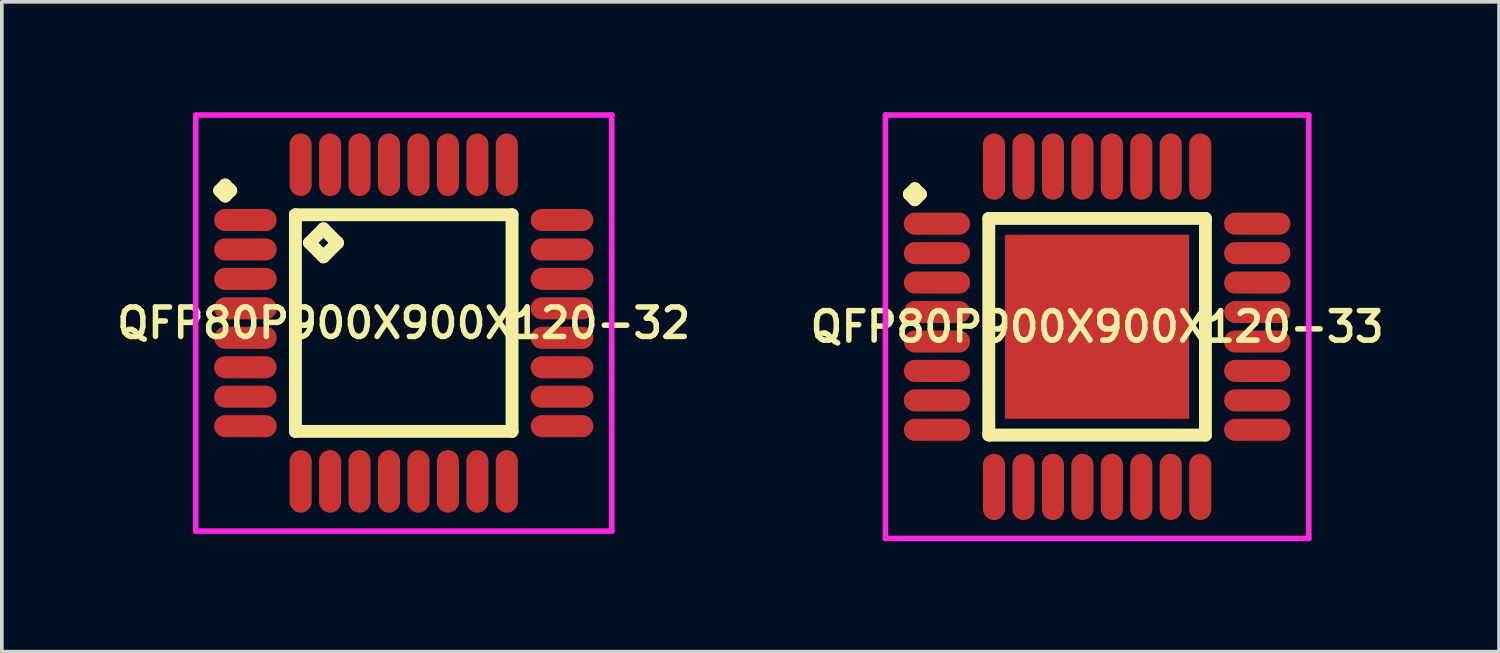
<source format=kicad_pcb>
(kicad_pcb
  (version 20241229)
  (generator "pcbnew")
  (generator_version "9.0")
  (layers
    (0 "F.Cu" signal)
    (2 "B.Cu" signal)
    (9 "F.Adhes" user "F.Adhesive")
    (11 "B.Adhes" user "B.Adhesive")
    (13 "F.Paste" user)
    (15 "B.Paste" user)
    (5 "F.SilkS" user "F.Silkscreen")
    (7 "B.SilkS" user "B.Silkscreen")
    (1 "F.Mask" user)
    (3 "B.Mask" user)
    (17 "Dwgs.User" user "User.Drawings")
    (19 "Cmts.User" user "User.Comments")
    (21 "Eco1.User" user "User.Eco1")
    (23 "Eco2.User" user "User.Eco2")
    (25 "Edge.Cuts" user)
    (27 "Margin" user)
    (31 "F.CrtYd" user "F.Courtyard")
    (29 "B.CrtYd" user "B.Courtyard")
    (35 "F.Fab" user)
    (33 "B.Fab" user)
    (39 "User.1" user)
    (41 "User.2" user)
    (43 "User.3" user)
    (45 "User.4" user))
  (footprint "QFP80P900X900X120-32"
    (layer "F.Cu")
    (at 7.916 5.725)
    (property "Reference" "QFP80P900X900X120-32" (at 0 0 0) (layer "F.SilkS") (effects (font (size 0.8 0.8) (thickness 0.15))))
    (attr smd)
    (fp_line (start -5 -3.6) (end -4.85 -3.75) (stroke (width 0.35) (type solid)) (layer "F.SilkS"))
    (fp_line (start -4.85 -3.75) (end -4.7 -3.6) (stroke (width 0.35) (type solid)) (layer "F.SilkS"))
    (fp_line (start -4.85 -3.45) (end -5 -3.6) (stroke (width 0.35) (type solid)) (layer "F.SilkS"))
    (fp_line (start -4.7 -3.6) (end -4.85 -3.45) (stroke (width 0.35) (type solid)) (layer "F.SilkS"))
    (fp_line (start -2.942 -2.942) (end -2.942 2.942) (stroke (width 0.35) (type solid)) (layer "F.SilkS"))
    (fp_line (start -2.942 2.942) (end 2.942 2.942) (stroke (width 0.35) (type solid)) (layer "F.SilkS"))
    (fp_line (start -2.561 -2.18) (end -2.18 -2.561) (stroke (width 0.35) (type solid)) (layer "F.SilkS"))
    (fp_line (start -2.18 -2.561) (end -1.799 -2.18) (stroke (width 0.35) (type solid)) (layer "F.SilkS"))
    (fp_line (start -2.18 -1.799) (end -2.561 -2.18) (stroke (width 0.35) (type solid)) (layer "F.SilkS"))
    (fp_line (start -1.799 -2.18) (end -2.18 -1.799) (stroke (width 0.35) (type solid)) (layer "F.SilkS"))
    (fp_line (start 2.942 -2.942) (end -2.942 -2.942) (stroke (width 0.35) (type solid)) (layer "F.SilkS"))
    (fp_line (start 2.942 2.942) (end 2.942 -2.942) (stroke (width 0.35) (type solid)) (layer "F.SilkS"))
    (fp_line (start -5.65 -5.65) (end 5.65 -5.65) (stroke (width 0.15) (type solid)) (layer "F.CrtYd"))
    (fp_line (start -5.65 5.65) (end -5.65 -5.65) (stroke (width 0.15) (type solid)) (layer "F.CrtYd"))
    (fp_line (start 5.65 -5.65) (end 5.65 5.65) (stroke (width 0.15) (type solid)) (layer "F.CrtYd"))
    (fp_line (start 5.65 5.65) (end -5.65 5.65) (stroke (width 0.15) (type solid)) (layer "F.CrtYd"))
    (pad "1" smd oval (at -4.3 -2.8) (size 1.7 0.6) (layers "F.Cu" "F.Mask" "F.Paste"))
    (pad "2" smd oval (at -4.3 -2) (size 1.7 0.6) (layers "F.Cu" "F.Mask" "F.Paste"))
    (pad "3" smd oval (at -4.3 -1.2) (size 1.7 0.6) (layers "F.Cu" "F.Mask" "F.Paste"))
    (pad "4" smd oval (at -4.3 -0.4) (size 1.7 0.6) (layers "F.Cu" "F.Mask" "F.Paste"))
    (pad "5" smd oval (at -4.3 0.4) (size 1.7 0.6) (layers "F.Cu" "F.Mask" "F.Paste"))
    (pad "6" smd oval (at -4.3 1.2) (size 1.7 0.6) (layers "F.Cu" "F.Mask" "F.Paste"))
    (pad "7" smd oval (at -4.3 2) (size 1.7 0.6) (layers "F.Cu" "F.Mask" "F.Paste"))
    (pad "8" smd oval (at -4.3 2.8) (size 1.7 0.6) (layers "F.Cu" "F.Mask" "F.Paste"))
    (pad "9" smd oval (at -2.8 4.3) (size 0.6 1.7) (layers "F.Cu" "F.Mask" "F.Paste"))
    (pad "10" smd oval (at -2 4.3) (size 0.6 1.7) (layers "F.Cu" "F.Mask" "F.Paste"))
    (pad "11" smd oval (at -1.2 4.3) (size 0.6 1.7) (layers "F.Cu" "F.Mask" "F.Paste"))
    (pad "12" smd oval (at -0.4 4.3) (size 0.6 1.7) (layers "F.Cu" "F.Mask" "F.Paste"))
    (pad "13" smd oval (at 0.4 4.3) (size 0.6 1.7) (layers "F.Cu" "F.Mask" "F.Paste"))
    (pad "14" smd oval (at 1.2 4.3) (size 0.6 1.7) (layers "F.Cu" "F.Mask" "F.Paste"))
    (pad "15" smd oval (at 2 4.3) (size 0.6 1.7) (layers "F.Cu" "F.Mask" "F.Paste"))
    (pad "16" smd oval (at 2.8 4.3) (size 0.6 1.7) (layers "F.Cu" "F.Mask" "F.Paste"))
    (pad "17" smd oval (at 4.3 2.8) (size 1.7 0.6) (layers "F.Cu" "F.Mask" "F.Paste"))
    (pad "18" smd oval (at 4.3 2) (size 1.7 0.6) (layers "F.Cu" "F.Mask" "F.Paste"))
    (pad "19" smd oval (at 4.3 1.2) (size 1.7 0.6) (layers "F.Cu" "F.Mask" "F.Paste"))
    (pad "20" smd oval (at 4.3 0.4) (size 1.7 0.6) (layers "F.Cu" "F.Mask" "F.Paste"))
    (pad "21" smd oval (at 4.3 -0.4) (size 1.7 0.6) (layers "F.Cu" "F.Mask" "F.Paste"))
    (pad "22" smd oval (at 4.3 -1.2) (size 1.7 0.6) (layers "F.Cu" "F.Mask" "F.Paste"))
    (pad "23" smd oval (at 4.3 -2) (size 1.7 0.6) (layers "F.Cu" "F.Mask" "F.Paste"))
    (pad "24" smd oval (at 4.3 -2.8) (size 1.7 0.6) (layers "F.Cu" "F.Mask" "F.Paste"))
    (pad "25" smd oval (at 2.8 -4.3) (size 0.6 1.7) (layers "F.Cu" "F.Mask" "F.Paste"))
    (pad "26" smd oval (at 2 -4.3) (size 0.6 1.7) (layers "F.Cu" "F.Mask" "F.Paste"))
    (pad "27" smd oval (at 1.2 -4.3) (size 0.6 1.7) (layers "F.Cu" "F.Mask" "F.Paste"))
    (pad "28" smd oval (at 0.4 -4.3) (size 0.6 1.7) (layers "F.Cu" "F.Mask" "F.Paste"))
    (pad "29" smd oval (at -0.4 -4.3) (size 0.6 1.7) (layers "F.Cu" "F.Mask" "F.Paste"))
    (pad "30" smd oval (at -1.2 -4.3) (size 0.6 1.7) (layers "F.Cu" "F.Mask" "F.Paste"))
    (pad "31" smd oval (at -2 -4.3) (size 0.6 1.7) (layers "F.Cu" "F.Mask" "F.Paste"))
    (pad "32" smd oval (at -2.8 -4.3) (size 0.6 1.7) (layers "F.Cu" "F.Mask" "F.Paste")))
  (footprint "QFP80P900X900X120-33"
    (layer "F.Cu")
    (at 26.749 5.825)
    (property "Reference" "QFP80P900X900X120-33" (at 0 0 0) (layer "F.SilkS") (effects (font (size 0.8 0.8) (thickness 0.15))))
    (attr through_hole)
    (fp_line (start -5.1 -3.6) (end -4.95 -3.75) (stroke (width 0.35) (type solid)) (layer "F.SilkS"))
    (fp_line (start -4.95 -3.75) (end -4.8 -3.6) (stroke (width 0.35) (type solid)) (layer "F.SilkS"))
    (fp_line (start -4.95 -3.45) (end -5.1 -3.6) (stroke (width 0.35) (type solid)) (layer "F.SilkS"))
    (fp_line (start -4.8 -3.6) (end -4.95 -3.45) (stroke (width 0.35) (type solid)) (layer "F.SilkS"))
    (fp_line (start -2.942 -2.942) (end -2.942 2.942) (stroke (width 0.35) (type solid)) (layer "F.SilkS"))
    (fp_line (start -2.942 2.942) (end 2.942 2.942) (stroke (width 0.35) (type solid)) (layer "F.SilkS"))
    (fp_line (start 2.942 -2.942) (end -2.942 -2.942) (stroke (width 0.35) (type solid)) (layer "F.SilkS"))
    (fp_line (start 2.942 2.942) (end 2.942 -2.942) (stroke (width 0.35) (type solid)) (layer "F.SilkS"))
    (fp_line (start -5.75 -5.75) (end 5.75 -5.75) (stroke (width 0.15) (type solid)) (layer "F.CrtYd"))
    (fp_line (start -5.75 5.75) (end -5.75 -5.75) (stroke (width 0.15) (type solid)) (layer "F.CrtYd"))
    (fp_line (start 5.75 -5.75) (end 5.75 5.75) (stroke (width 0.15) (type solid)) (layer "F.CrtYd"))
    (fp_line (start 5.75 5.75) (end -5.75 5.75) (stroke (width 0.15) (type solid)) (layer "F.CrtYd"))
    (pad "1" smd oval (at -4.35 -2.8) (size 1.8 0.6) (layers "F.Cu" "F.Mask" "F.Paste"))
    (pad "2" smd oval (at -4.35 -2) (size 1.8 0.6) (layers "F.Cu" "F.Mask" "F.Paste"))
    (pad "3" smd oval (at -4.35 -1.2) (size 1.8 0.6) (layers "F.Cu" "F.Mask" "F.Paste"))
    (pad "4" smd oval (at -4.35 -0.4) (size 1.8 0.6) (layers "F.Cu" "F.Mask" "F.Paste"))
    (pad "5" smd oval (at -4.35 0.4) (size 1.8 0.6) (layers "F.Cu" "F.Mask" "F.Paste"))
    (pad "6" smd oval (at -4.35 1.2) (size 1.8 0.6) (layers "F.Cu" "F.Mask" "F.Paste"))
    (pad "7" smd oval (at -4.35 2) (size 1.8 0.6) (layers "F.Cu" "F.Mask" "F.Paste"))
    (pad "8" smd oval (at -4.35 2.8) (size 1.8 0.6) (layers "F.Cu" "F.Mask" "F.Paste"))
    (pad "9" smd oval (at -2.8 4.35) (size 0.6 1.8) (layers "F.Cu" "F.Mask" "F.Paste"))
    (pad "10" smd oval (at -2 4.35) (size 0.6 1.8) (layers "F.Cu" "F.Mask" "F.Paste"))
    (pad "11" smd oval (at -1.2 4.35) (size 0.6 1.8) (layers "F.Cu" "F.Mask" "F.Paste"))
    (pad "12" smd oval (at -0.4 4.35) (size 0.6 1.8) (layers "F.Cu" "F.Mask" "F.Paste"))
    (pad "13" smd oval (at 0.4 4.35) (size 0.6 1.8) (layers "F.Cu" "F.Mask" "F.Paste"))
    (pad "14" smd oval (at 1.2 4.35) (size 0.6 1.8) (layers "F.Cu" "F.Mask" "F.Paste"))
    (pad "15" smd oval (at 2 4.35) (size 0.6 1.8) (layers "F.Cu" "F.Mask" "F.Paste"))
    (pad "16" smd oval (at 2.8 4.35) (size 0.6 1.8) (layers "F.Cu" "F.Mask" "F.Paste"))
    (pad "17" smd oval (at 4.35 2.8) (size 1.8 0.6) (layers "F.Cu" "F.Mask" "F.Paste"))
    (pad "18" smd oval (at 4.35 2) (size 1.8 0.6) (layers "F.Cu" "F.Mask" "F.Paste"))
    (pad "19" smd oval (at 4.35 1.2) (size 1.8 0.6) (layers "F.Cu" "F.Mask" "F.Paste"))
    (pad "20" smd oval (at 4.35 0.4) (size 1.8 0.6) (layers "F.Cu" "F.Mask" "F.Paste"))
    (pad "21" smd oval (at 4.35 -0.4) (size 1.8 0.6) (layers "F.Cu" "F.Mask" "F.Paste"))
    (pad "22" smd oval (at 4.35 -1.2) (size 1.8 0.6) (layers "F.Cu" "F.Mask" "F.Paste"))
    (pad "23" smd oval (at 4.35 -2) (size 1.8 0.6) (layers "F.Cu" "F.Mask" "F.Paste"))
    (pad "24" smd oval (at 4.35 -2.8) (size 1.8 0.6) (layers "F.Cu" "F.Mask" "F.Paste"))
    (pad "25" smd oval (at 2.8 -4.35) (size 0.6 1.8) (layers "F.Cu" "F.Mask" "F.Paste"))
    (pad "26" smd oval (at 2 -4.35) (size 0.6 1.8) (layers "F.Cu" "F.Mask" "F.Paste"))
    (pad "27" smd oval (at 1.2 -4.35) (size 0.6 1.8) (layers "F.Cu" "F.Mask" "F.Paste"))
    (pad "28" smd oval (at 0.4 -4.35) (size 0.6 1.8) (layers "F.Cu" "F.Mask" "F.Paste"))
    (pad "29" smd oval (at -0.4 -4.35) (size 0.6 1.8) (layers "F.Cu" "F.Mask" "F.Paste"))
    (pad "30" smd oval (at -1.2 -4.35) (size 0.6 1.8) (layers "F.Cu" "F.Mask" "F.Paste"))
    (pad "31" smd oval (at -2 -4.35) (size 0.6 1.8) (layers "F.Cu" "F.Mask" "F.Paste"))
    (pad "32" smd oval (at -2.8 -4.35) (size 0.6 1.8) (layers "F.Cu" "F.Mask" "F.Paste"))
    (pad "33" smd rect (at 0 0) (size 5 5) (layers "F.Cu" "F.Mask" "F.Paste")))
  (gr_rect
    (start -3 -3)
    (end 37.666 14.65)
    (stroke (width 0.1) (type default))
    (fill no)
    (layer "Edge.Cuts")))
</source>
